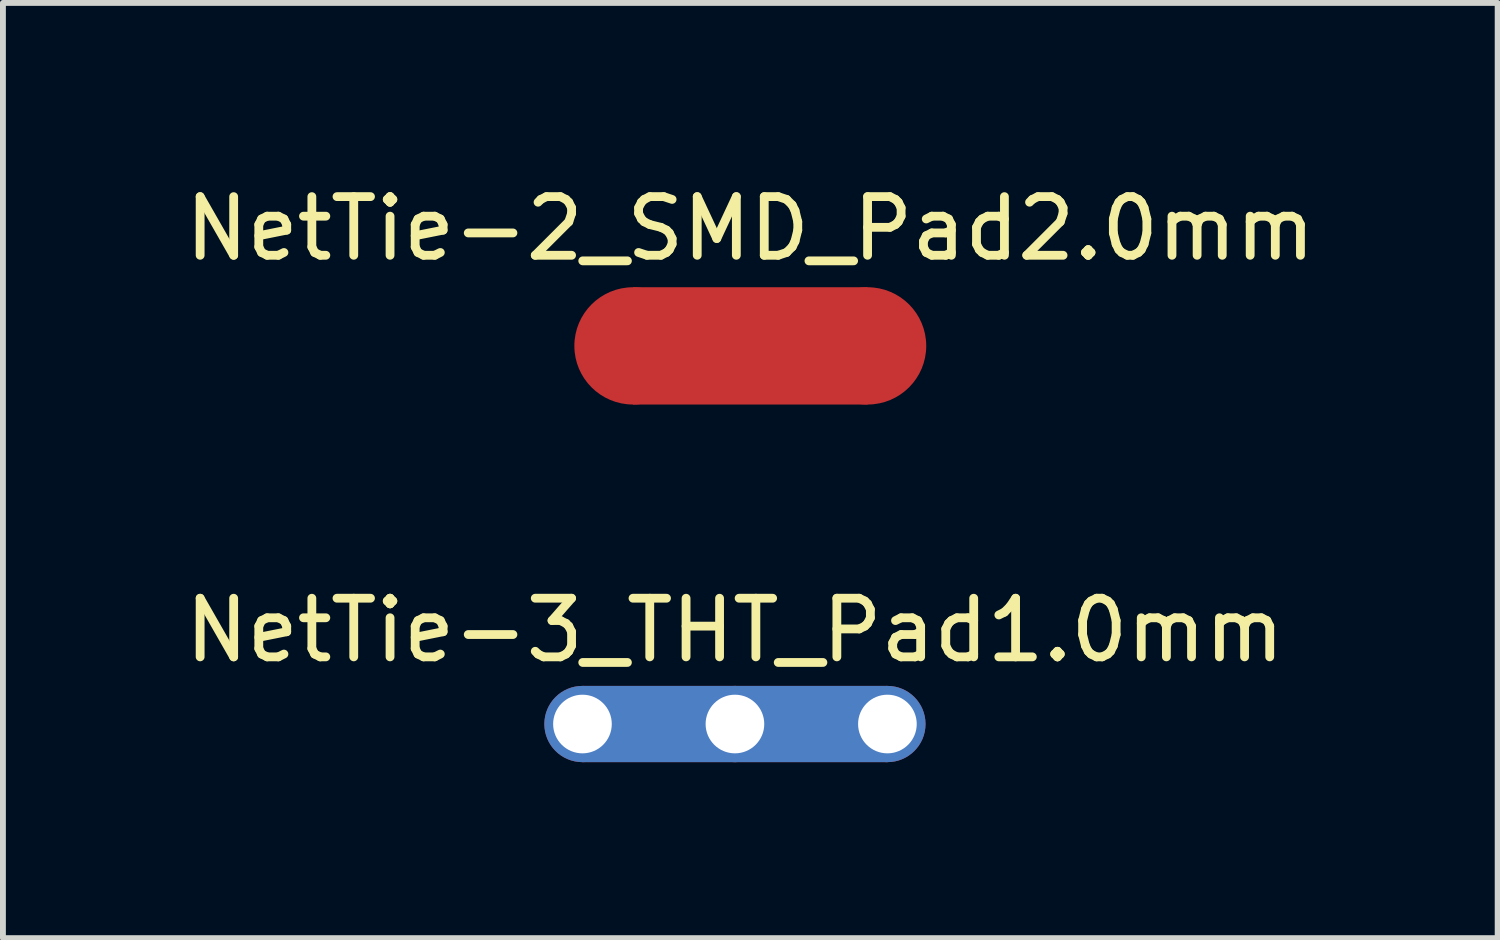
<source format=kicad_pcb>
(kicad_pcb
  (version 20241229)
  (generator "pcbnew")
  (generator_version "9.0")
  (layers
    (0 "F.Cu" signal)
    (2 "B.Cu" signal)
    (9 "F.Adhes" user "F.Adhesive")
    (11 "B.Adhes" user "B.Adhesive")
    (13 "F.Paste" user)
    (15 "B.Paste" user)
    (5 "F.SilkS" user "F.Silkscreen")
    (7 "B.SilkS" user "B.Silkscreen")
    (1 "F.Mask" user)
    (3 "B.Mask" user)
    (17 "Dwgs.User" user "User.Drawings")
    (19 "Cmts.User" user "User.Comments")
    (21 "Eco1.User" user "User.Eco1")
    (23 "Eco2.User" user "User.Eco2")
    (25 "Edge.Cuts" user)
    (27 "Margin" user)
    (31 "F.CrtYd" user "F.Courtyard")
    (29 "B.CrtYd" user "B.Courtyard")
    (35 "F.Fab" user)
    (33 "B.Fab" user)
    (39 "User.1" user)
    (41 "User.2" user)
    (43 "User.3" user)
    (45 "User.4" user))
  (footprint "NetTie-3_THT_Pad1.0mm"
    (layer "F.Cu")
    (at 6.882 9.296)
    (property "Reference" "NetTie-3_THT_Pad1.0mm" (at 2.6 -1.6 0) (layer "F.SilkS") (effects (font (size 1 1) (thickness 0.15))))
    (attr exclude_from_pos_files exclude_from_bom allow_missing_courtyard)
    (fp_poly (pts (xy 0 -0.65) (xy 5.2 -0.65) (xy 5.2 0.65) (xy 0 0.65)) (stroke (width 0) (type solid)) (fill yes) (layer "F.Cu"))
    (fp_poly (pts (xy 0 -0.65) (xy 5.2 -0.65) (xy 5.2 0.65) (xy 0 0.65)) (stroke (width 0) (type solid)) (fill yes) (layer "B.Cu"))
    (pad "1" thru_hole circle (at 0 0) (size 1.3 1.3) (drill 1) (layers "*.Cu"))
    (pad "2" thru_hole circle (at 2.6 0) (size 1.3 1.3) (drill 1) (layers "*.Cu"))
    (pad "3" thru_hole circle (at 5.2 0) (size 1.3 1.3) (drill 1) (layers "*.Cu")))
  (footprint "NetTie-2_SMD_Pad2.0mm"
    (layer "F.Cu")
    (at 9.744 2.848)
    (property "Reference" "NetTie-2_SMD_Pad2.0mm" (at 0 -2 0) (layer "F.SilkS") (effects (font (size 1 1) (thickness 0.15))))
    (attr exclude_from_pos_files exclude_from_bom allow_missing_courtyard)
    (fp_poly (pts (xy -2 -1) (xy 2 -1) (xy 2 1) (xy -2 1)) (stroke (width 0) (type solid)) (fill yes) (layer "F.Cu"))
    (pad "1" smd circle (at -2 0) (size 2 2) (layers "F.Cu"))
    (pad "2" smd circle (at 2 0) (size 2 2) (layers "F.Cu")))
  (gr_rect
    (start -3 -3)
    (end 22.488 12.947)
    (stroke (width 0.1) (type default))
    (fill no)
    (layer "Edge.Cuts")))
</source>
